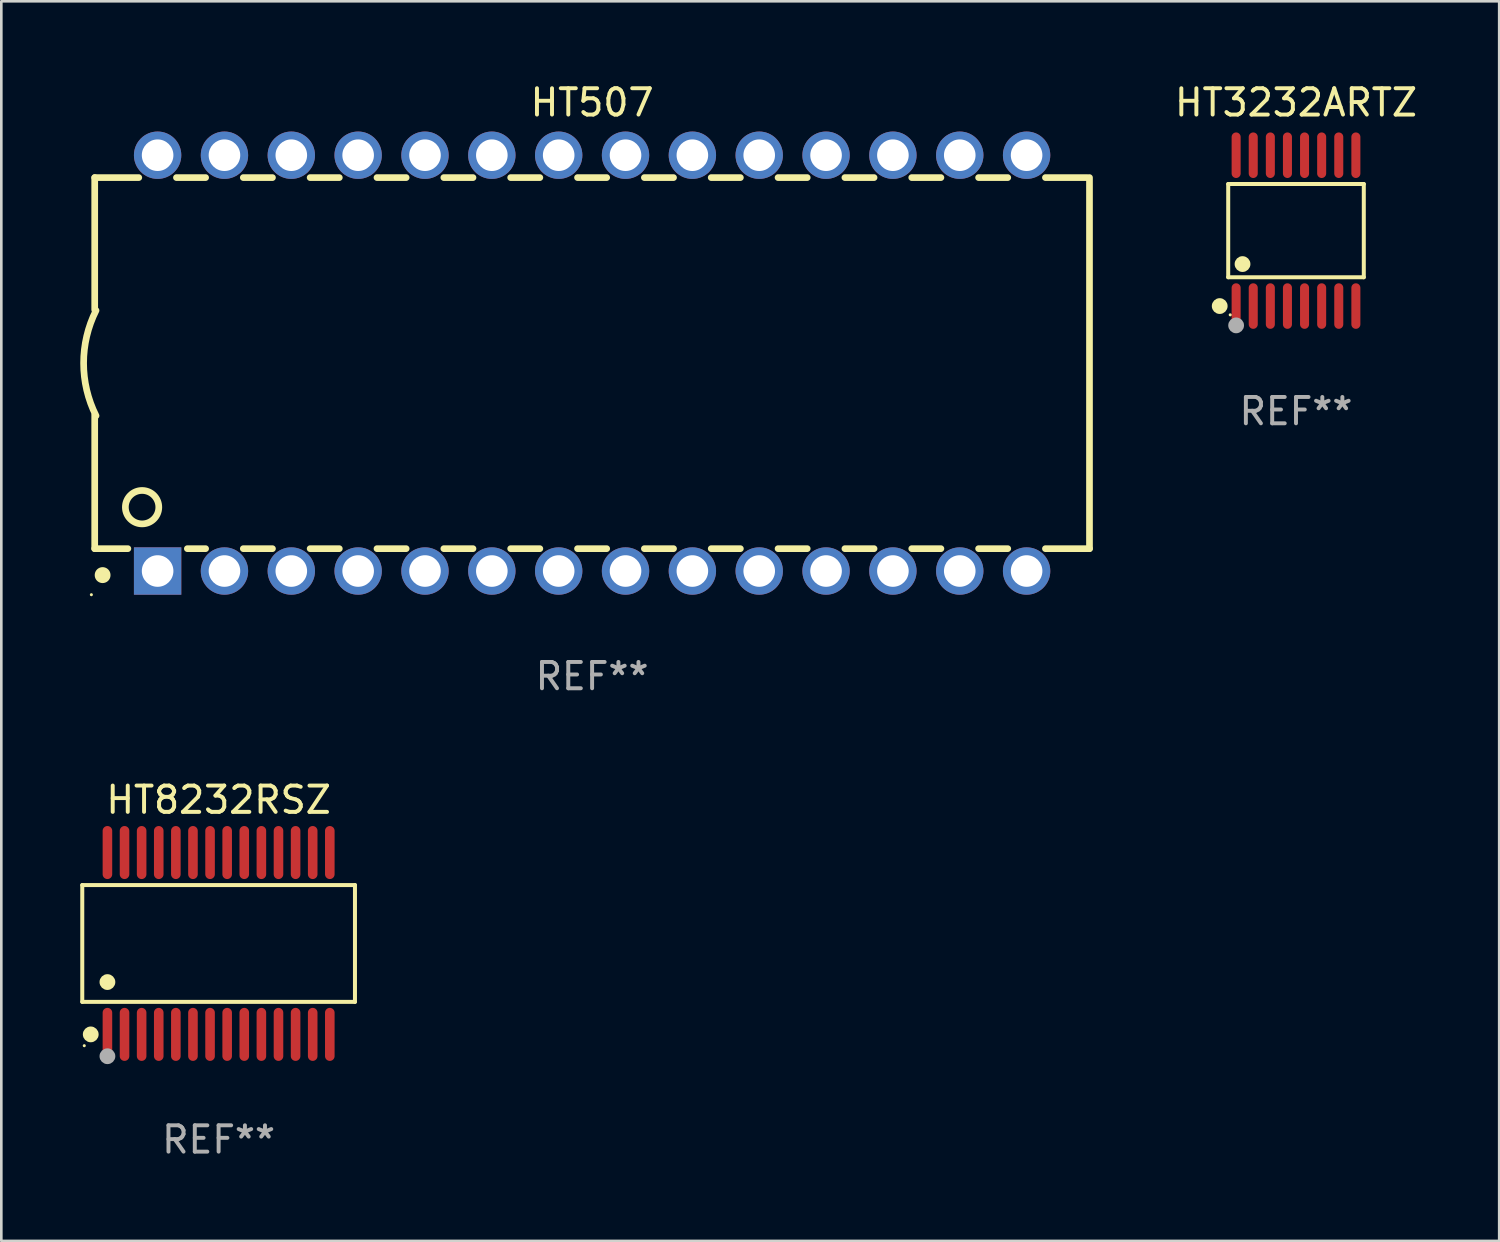
<source format=kicad_pcb>
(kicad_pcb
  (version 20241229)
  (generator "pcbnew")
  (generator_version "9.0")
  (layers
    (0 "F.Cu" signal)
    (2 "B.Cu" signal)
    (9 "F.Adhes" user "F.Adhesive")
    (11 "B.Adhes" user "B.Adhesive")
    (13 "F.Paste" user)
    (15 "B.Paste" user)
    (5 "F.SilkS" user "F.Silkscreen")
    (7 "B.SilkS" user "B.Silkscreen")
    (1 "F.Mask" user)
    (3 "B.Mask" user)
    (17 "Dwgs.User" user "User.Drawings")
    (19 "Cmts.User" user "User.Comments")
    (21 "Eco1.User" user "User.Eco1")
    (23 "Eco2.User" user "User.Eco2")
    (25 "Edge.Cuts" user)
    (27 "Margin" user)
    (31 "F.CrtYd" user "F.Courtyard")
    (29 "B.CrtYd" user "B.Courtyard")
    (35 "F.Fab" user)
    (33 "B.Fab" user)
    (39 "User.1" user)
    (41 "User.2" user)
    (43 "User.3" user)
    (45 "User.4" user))
  (footprint "HT507"
    (layer "F.Cu")
    (at 19.449 10.748)
    (property "Reference" "HT507" (at 0 -9.9 0) (layer "F.SilkS") (effects (font (size 1 1) (thickness 0.15))))
    (attr through_hole)
    (fp_line (start -18.9 -7.05) (end -18.9 -2.026) (stroke (width 0.254) (type solid)) (layer "F.SilkS"))
    (fp_line (start -18.9 -7.05) (end -17.226 -7.05) (stroke (width 0.254) (type solid)) (layer "F.SilkS"))
    (fp_line (start -18.9 1.974) (end -18.9 7.05) (stroke (width 0.254) (type solid)) (layer "F.SilkS"))
    (fp_line (start -18.9 7.05) (end -17.64 7.05) (stroke (width 0.254) (type solid)) (layer "F.SilkS"))
    (fp_line (start -15.794 -7.05) (end -14.686 -7.05) (stroke (width 0.254) (type solid)) (layer "F.SilkS"))
    (fp_line (start -15.38 7.05) (end -14.686 7.05) (stroke (width 0.254) (type solid)) (layer "F.SilkS"))
    (fp_line (start -13.254 7.05) (end -12.146 7.05) (stroke (width 0.254) (type solid)) (layer "F.SilkS"))
    (fp_line (start -13.254 -7.05) (end -12.146 -7.05) (stroke (width 0.254) (type solid)) (layer "F.SilkS"))
    (fp_line (start -10.714 -7.05) (end -9.606 -7.05) (stroke (width 0.254) (type solid)) (layer "F.SilkS"))
    (fp_line (start -10.714 7.05) (end -9.606 7.05) (stroke (width 0.254) (type solid)) (layer "F.SilkS"))
    (fp_line (start -8.174 -7.05) (end -7.066 -7.05) (stroke (width 0.254) (type solid)) (layer "F.SilkS"))
    (fp_line (start -8.174 7.05) (end -7.066 7.05) (stroke (width 0.254) (type solid)) (layer "F.SilkS"))
    (fp_line (start -5.634 -7.05) (end -4.526 -7.05) (stroke (width 0.254) (type solid)) (layer "F.SilkS"))
    (fp_line (start -5.634 7.05) (end -4.526 7.05) (stroke (width 0.254) (type solid)) (layer "F.SilkS"))
    (fp_line (start -3.094 -7.05) (end -1.986 -7.05) (stroke (width 0.254) (type solid)) (layer "F.SilkS"))
    (fp_line (start -3.094 7.05) (end -1.986 7.05) (stroke (width 0.254) (type solid)) (layer "F.SilkS"))
    (fp_line (start -0.554 -7.05) (end 0.554 -7.05) (stroke (width 0.254) (type solid)) (layer "F.SilkS"))
    (fp_line (start -0.554 7.05) (end 0.554 7.05) (stroke (width 0.254) (type solid)) (layer "F.SilkS"))
    (fp_line (start 1.986 -7.05) (end 3.094 -7.05) (stroke (width 0.254) (type solid)) (layer "F.SilkS"))
    (fp_line (start 1.986 7.05) (end 3.094 7.05) (stroke (width 0.254) (type solid)) (layer "F.SilkS"))
    (fp_line (start 4.526 -7.05) (end 5.634 -7.05) (stroke (width 0.254) (type solid)) (layer "F.SilkS"))
    (fp_line (start 4.526 7.05) (end 5.634 7.05) (stroke (width 0.254) (type solid)) (layer "F.SilkS"))
    (fp_line (start 7.066 -7.05) (end 8.174 -7.05) (stroke (width 0.254) (type solid)) (layer "F.SilkS"))
    (fp_line (start 7.066 7.05) (end 8.174 7.05) (stroke (width 0.254) (type solid)) (layer "F.SilkS"))
    (fp_line (start 9.606 -7.05) (end 10.714 -7.05) (stroke (width 0.254) (type solid)) (layer "F.SilkS"))
    (fp_line (start 9.606 7.05) (end 10.714 7.05) (stroke (width 0.254) (type solid)) (layer "F.SilkS"))
    (fp_line (start 12.146 -7.05) (end 13.254 -7.05) (stroke (width 0.254) (type solid)) (layer "F.SilkS"))
    (fp_line (start 12.146 7.05) (end 13.254 7.05) (stroke (width 0.254) (type solid)) (layer "F.SilkS"))
    (fp_line (start 14.686 -7.05) (end 15.794 -7.05) (stroke (width 0.254) (type solid)) (layer "F.SilkS"))
    (fp_line (start 14.686 7.05) (end 15.794 7.05) (stroke (width 0.254) (type solid)) (layer "F.SilkS"))
    (fp_line (start 17.226 -7.05) (end 18.8 -7.05) (stroke (width 0.254) (type solid)) (layer "F.SilkS"))
    (fp_line (start 17.226 7.05) (end 18.9 7.05) (stroke (width 0.254) (type solid)) (layer "F.SilkS"))
    (fp_line (start 18.9 7.05) (end 18.9 -7.05) (stroke (width 0.254) (type solid)) (layer "F.SilkS"))
    (fp_arc (start -18.849987 1.999975) (mid -19.322123 -0.000025) (end -18.849987 -2.000025) (stroke (width 0.254001) (type solid)) (layer "F.SilkS"))
    (fp_arc (start -18.599924 8.057734) (mid -18.599935 8.055207) (end -18.599924 8.052679) (stroke (width 0.6) (type solid)) (layer "F.SilkS"))
    (fp_circle (center -19.027 8.8) (end -18.997 8.8) (stroke (width 0.06) (type solid)) (fill no) (layer "F.SilkS"))
    (fp_circle (center -17.1 5.474) (end -16.465 5.474) (stroke (width 0.254) (type solid)) (fill no) (layer "F.SilkS"))
    (fp_text user "REF**" (at 0 11.9 0) (layer "F.Fab") (effects (font (size 1 1) (thickness 0.15))))
    (pad "1" thru_hole rect (at -16.51 7.9) (size 1.8 1.8) (drill 1.2) (layers "*.Cu" "*.Mask"))
    (pad "2" thru_hole circle (at -13.97 7.9) (size 1.8 1.8) (drill 1.2) (layers "*.Cu" "*.Mask"))
    (pad "3" thru_hole circle (at -11.43 7.9) (size 1.8 1.8) (drill 1.2) (layers "*.Cu" "*.Mask"))
    (pad "4" thru_hole circle (at -8.89 7.9) (size 1.8 1.8) (drill 1.2) (layers "*.Cu" "*.Mask"))
    (pad "5" thru_hole circle (at -6.35 7.9) (size 1.8 1.8) (drill 1.2) (layers "*.Cu" "*.Mask"))
    (pad "6" thru_hole circle (at -3.81 7.9) (size 1.8 1.8) (drill 1.2) (layers "*.Cu" "*.Mask"))
    (pad "7" thru_hole circle (at -1.27 7.9) (size 1.8 1.8) (drill 1.2) (layers "*.Cu" "*.Mask"))
    (pad "8" thru_hole circle (at 1.27 7.9) (size 1.8 1.8) (drill 1.2) (layers "*.Cu" "*.Mask"))
    (pad "9" thru_hole circle (at 3.81 7.9) (size 1.8 1.8) (drill 1.2) (layers "*.Cu" "*.Mask"))
    (pad "10" thru_hole circle (at 6.35 7.9) (size 1.8 1.8) (drill 1.2) (layers "*.Cu" "*.Mask"))
    (pad "11" thru_hole circle (at 8.89 7.9) (size 1.8 1.8) (drill 1.2) (layers "*.Cu" "*.Mask"))
    (pad "12" thru_hole circle (at 11.43 7.9) (size 1.8 1.8) (drill 1.2) (layers "*.Cu" "*.Mask"))
    (pad "13" thru_hole circle (at 13.97 7.9) (size 1.8 1.8) (drill 1.2) (layers "*.Cu" "*.Mask"))
    (pad "14" thru_hole circle (at 16.51 7.9) (size 1.8 1.8) (drill 1.2) (layers "*.Cu" "*.Mask"))
    (pad "15" thru_hole circle (at 16.51 -7.9) (size 1.8 1.8) (drill 1.2) (layers "*.Cu" "*.Mask"))
    (pad "16" thru_hole circle (at 13.97 -7.9) (size 1.8 1.8) (drill 1.2) (layers "*.Cu" "*.Mask"))
    (pad "17" thru_hole circle (at 11.43 -7.9) (size 1.8 1.8) (drill 1.2) (layers "*.Cu" "*.Mask"))
    (pad "18" thru_hole circle (at 8.89 -7.9) (size 1.8 1.8) (drill 1.2) (layers "*.Cu" "*.Mask"))
    (pad "19" thru_hole circle (at 6.35 -7.9) (size 1.8 1.8) (drill 1.2) (layers "*.Cu" "*.Mask"))
    (pad "20" thru_hole circle (at 3.81 -7.9) (size 1.8 1.8) (drill 1.2) (layers "*.Cu" "*.Mask"))
    (pad "21" thru_hole circle (at 1.27 -7.9) (size 1.8 1.8) (drill 1.2) (layers "*.Cu" "*.Mask"))
    (pad "22" thru_hole circle (at -1.27 -7.9) (size 1.8 1.8) (drill 1.2) (layers "*.Cu" "*.Mask"))
    (pad "23" thru_hole circle (at -3.81 -7.9) (size 1.8 1.8) (drill 1.2) (layers "*.Cu" "*.Mask"))
    (pad "24" thru_hole circle (at -6.35 -7.9) (size 1.8 1.8) (drill 1.2) (layers "*.Cu" "*.Mask"))
    (pad "25" thru_hole circle (at -8.89 -7.9) (size 1.8 1.8) (drill 1.2) (layers "*.Cu" "*.Mask"))
    (pad "26" thru_hole circle (at -11.43 -7.9) (size 1.8 1.8) (drill 1.2) (layers "*.Cu" "*.Mask"))
    (pad "27" thru_hole circle (at -13.97 -7.9) (size 1.8 1.8) (drill 1.2) (layers "*.Cu" "*.Mask"))
    (pad "28" thru_hole circle (at -16.51 -7.9) (size 1.8 1.8) (drill 1.2) (layers "*.Cu" "*.Mask")))
  (footprint "HT8232RSZ"
    (layer "F.Cu")
    (at 5.257 32.8)
    (property "Reference" "HT8232RSZ" (at 0 -5.455 0) (layer "F.SilkS") (effects (font (size 1 1) (thickness 0.15))))
    (attr through_hole)
    (fp_line (start -5.181 -2.219) (end 5.181 -2.219) (stroke (width 0.152) (type solid)) (layer "F.SilkS"))
    (fp_line (start -5.181 2.219) (end -5.181 -2.219) (stroke (width 0.152) (type solid)) (layer "F.SilkS"))
    (fp_line (start 5.181 -2.219) (end 5.181 2.219) (stroke (width 0.152) (type solid)) (layer "F.SilkS"))
    (fp_line (start 5.181 2.219) (end -5.181 2.219) (stroke (width 0.152) (type solid)) (layer "F.SilkS"))
    (fp_circle (center -5.105 3.885) (end -5.075 3.885) (stroke (width 0.06) (type solid)) (fill no) (layer "F.SilkS"))
    (fp_circle (center -4.859 3.455) (end -4.709 3.455) (stroke (width 0.3) (type solid)) (fill no) (layer "F.SilkS"))
    (fp_circle (center -4.225 1.467) (end -4.075 1.467) (stroke (width 0.3) (type solid)) (fill no) (layer "F.SilkS"))
    (fp_circle (center -4.225 4.285) (end -4.075 4.285) (stroke (width 0.3) (type solid)) (fill no) (layer "F.Fab"))
    (fp_text user "REF**" (at 0 7.455 0) (layer "F.Fab") (effects (font (size 1 1) (thickness 0.15))))
    (pad "1" smd oval (at -4.225 3.455) (size 0.364 2.015) (layers "F.Cu" "F.Mask" "F.Paste"))
    (pad "2" smd oval (at -3.575 3.455) (size 0.364 2.015) (layers "F.Cu" "F.Mask" "F.Paste"))
    (pad "3" smd oval (at -2.925 3.455) (size 0.364 2.015) (layers "F.Cu" "F.Mask" "F.Paste"))
    (pad "4" smd oval (at -2.275 3.455) (size 0.364 2.015) (layers "F.Cu" "F.Mask" "F.Paste"))
    (pad "5" smd oval (at -1.625 3.455) (size 0.364 2.015) (layers "F.Cu" "F.Mask" "F.Paste"))
    (pad "6" smd oval (at -0.975 3.455) (size 0.364 2.015) (layers "F.Cu" "F.Mask" "F.Paste"))
    (pad "7" smd oval (at -0.325 3.455) (size 0.364 2.015) (layers "F.Cu" "F.Mask" "F.Paste"))
    (pad "8" smd oval (at 0.325 3.455) (size 0.364 2.015) (layers "F.Cu" "F.Mask" "F.Paste"))
    (pad "9" smd oval (at 0.975 3.455) (size 0.364 2.015) (layers "F.Cu" "F.Mask" "F.Paste"))
    (pad "10" smd oval (at 1.625 3.455) (size 0.364 2.015) (layers "F.Cu" "F.Mask" "F.Paste"))
    (pad "11" smd oval (at 2.275 3.455) (size 0.364 2.015) (layers "F.Cu" "F.Mask" "F.Paste"))
    (pad "12" smd oval (at 2.925 3.455) (size 0.364 2.015) (layers "F.Cu" "F.Mask" "F.Paste"))
    (pad "13" smd oval (at 3.575 3.455) (size 0.364 2.015) (layers "F.Cu" "F.Mask" "F.Paste"))
    (pad "14" smd oval (at 4.225 3.455) (size 0.364 2.015) (layers "F.Cu" "F.Mask" "F.Paste"))
    (pad "15" smd oval (at 4.225 -3.455) (size 0.364 2.015) (layers "F.Cu" "F.Mask" "F.Paste"))
    (pad "16" smd oval (at 3.575 -3.455) (size 0.364 2.015) (layers "F.Cu" "F.Mask" "F.Paste"))
    (pad "17" smd oval (at 2.925 -3.455) (size 0.364 2.015) (layers "F.Cu" "F.Mask" "F.Paste"))
    (pad "18" smd oval (at 2.275 -3.455) (size 0.364 2.015) (layers "F.Cu" "F.Mask" "F.Paste"))
    (pad "19" smd oval (at 1.625 -3.455) (size 0.364 2.015) (layers "F.Cu" "F.Mask" "F.Paste"))
    (pad "20" smd oval (at 0.975 -3.455) (size 0.364 2.015) (layers "F.Cu" "F.Mask" "F.Paste"))
    (pad "21" smd oval (at 0.325 -3.455) (size 0.364 2.015) (layers "F.Cu" "F.Mask" "F.Paste"))
    (pad "22" smd oval (at -0.325 -3.455) (size 0.364 2.015) (layers "F.Cu" "F.Mask" "F.Paste"))
    (pad "23" smd oval (at -0.975 -3.455) (size 0.364 2.015) (layers "F.Cu" "F.Mask" "F.Paste"))
    (pad "24" smd oval (at -1.625 -3.455) (size 0.364 2.015) (layers "F.Cu" "F.Mask" "F.Paste"))
    (pad "25" smd oval (at -2.275 -3.455) (size 0.364 2.015) (layers "F.Cu" "F.Mask" "F.Paste"))
    (pad "26" smd oval (at -2.925 -3.455) (size 0.364 2.015) (layers "F.Cu" "F.Mask" "F.Paste"))
    (pad "27" smd oval (at -3.575 -3.455) (size 0.364 2.015) (layers "F.Cu" "F.Mask" "F.Paste"))
    (pad "28" smd oval (at -4.225 -3.455) (size 0.364 2.015) (layers "F.Cu" "F.Mask" "F.Paste")))
  (footprint "HT3232ARTZ"
    (layer "F.Cu")
    (at 46.196 5.714)
    (property "Reference" "HT3232ARTZ" (at 0 -4.866 0) (layer "F.SilkS") (effects (font (size 1 1) (thickness 0.15))))
    (attr through_hole)
    (fp_line (start -2.576 -1.772) (end 2.576 -1.772) (stroke (width 0.152) (type solid)) (layer "F.SilkS"))
    (fp_line (start -2.576 1.771) (end -2.576 -1.772) (stroke (width 0.152) (type solid)) (layer "F.SilkS"))
    (fp_line (start 2.576 -1.772) (end 2.576 1.771) (stroke (width 0.152) (type solid)) (layer "F.SilkS"))
    (fp_line (start 2.576 1.771) (end -2.576 1.771) (stroke (width 0.152) (type solid)) (layer "F.SilkS"))
    (fp_circle (center -2.899 2.866) (end -2.749 2.866) (stroke (width 0.3) (type solid)) (fill no) (layer "F.SilkS"))
    (fp_circle (center -2.5 3.2) (end -2.47 3.2) (stroke (width 0.06) (type solid)) (fill no) (layer "F.SilkS"))
    (fp_circle (center -2.032 1.27) (end -1.882 1.27) (stroke (width 0.3) (type solid)) (fill no) (layer "F.SilkS"))
    (fp_circle (center -2.275 3.6) (end -2.125 3.6) (stroke (width 0.3) (type solid)) (fill no) (layer "F.Fab"))
    (fp_text user "REF**" (at 0 6.866 0) (layer "F.Fab") (effects (font (size 1 1) (thickness 0.15))))
    (pad "1" smd oval (at -2.275 2.866) (size 0.343 1.731) (layers "F.Cu" "F.Mask" "F.Paste"))
    (pad "2" smd oval (at -1.625 2.866) (size 0.343 1.731) (layers "F.Cu" "F.Mask" "F.Paste"))
    (pad "3" smd oval (at -0.975 2.866) (size 0.343 1.731) (layers "F.Cu" "F.Mask" "F.Paste"))
    (pad "4" smd oval (at -0.325 2.866) (size 0.343 1.731) (layers "F.Cu" "F.Mask" "F.Paste"))
    (pad "5" smd oval (at 0.325 2.866) (size 0.343 1.731) (layers "F.Cu" "F.Mask" "F.Paste"))
    (pad "6" smd oval (at 0.975 2.866) (size 0.343 1.731) (layers "F.Cu" "F.Mask" "F.Paste"))
    (pad "7" smd oval (at 1.625 2.866) (size 0.343 1.731) (layers "F.Cu" "F.Mask" "F.Paste"))
    (pad "8" smd oval (at 2.275 2.866) (size 0.343 1.731) (layers "F.Cu" "F.Mask" "F.Paste"))
    (pad "9" smd oval (at 2.275 -2.866) (size 0.343 1.731) (layers "F.Cu" "F.Mask" "F.Paste"))
    (pad "10" smd oval (at 1.625 -2.866) (size 0.343 1.731) (layers "F.Cu" "F.Mask" "F.Paste"))
    (pad "11" smd oval (at 0.975 -2.866) (size 0.343 1.731) (layers "F.Cu" "F.Mask" "F.Paste"))
    (pad "12" smd oval (at 0.325 -2.866) (size 0.343 1.731) (layers "F.Cu" "F.Mask" "F.Paste"))
    (pad "13" smd oval (at -0.325 -2.866) (size 0.343 1.731) (layers "F.Cu" "F.Mask" "F.Paste"))
    (pad "14" smd oval (at -0.975 -2.866) (size 0.343 1.731) (layers "F.Cu" "F.Mask" "F.Paste"))
    (pad "15" smd oval (at -1.625 -2.866) (size 0.343 1.731) (layers "F.Cu" "F.Mask" "F.Paste"))
    (pad "16" smd oval (at -2.275 -2.866) (size 0.343 1.731) (layers "F.Cu" "F.Mask" "F.Paste")))
  (gr_rect
    (start -3 -3)
    (end 53.917 44.103)
    (stroke (width 0.1) (type default))
    (fill no)
    (layer "Edge.Cuts")))
</source>
